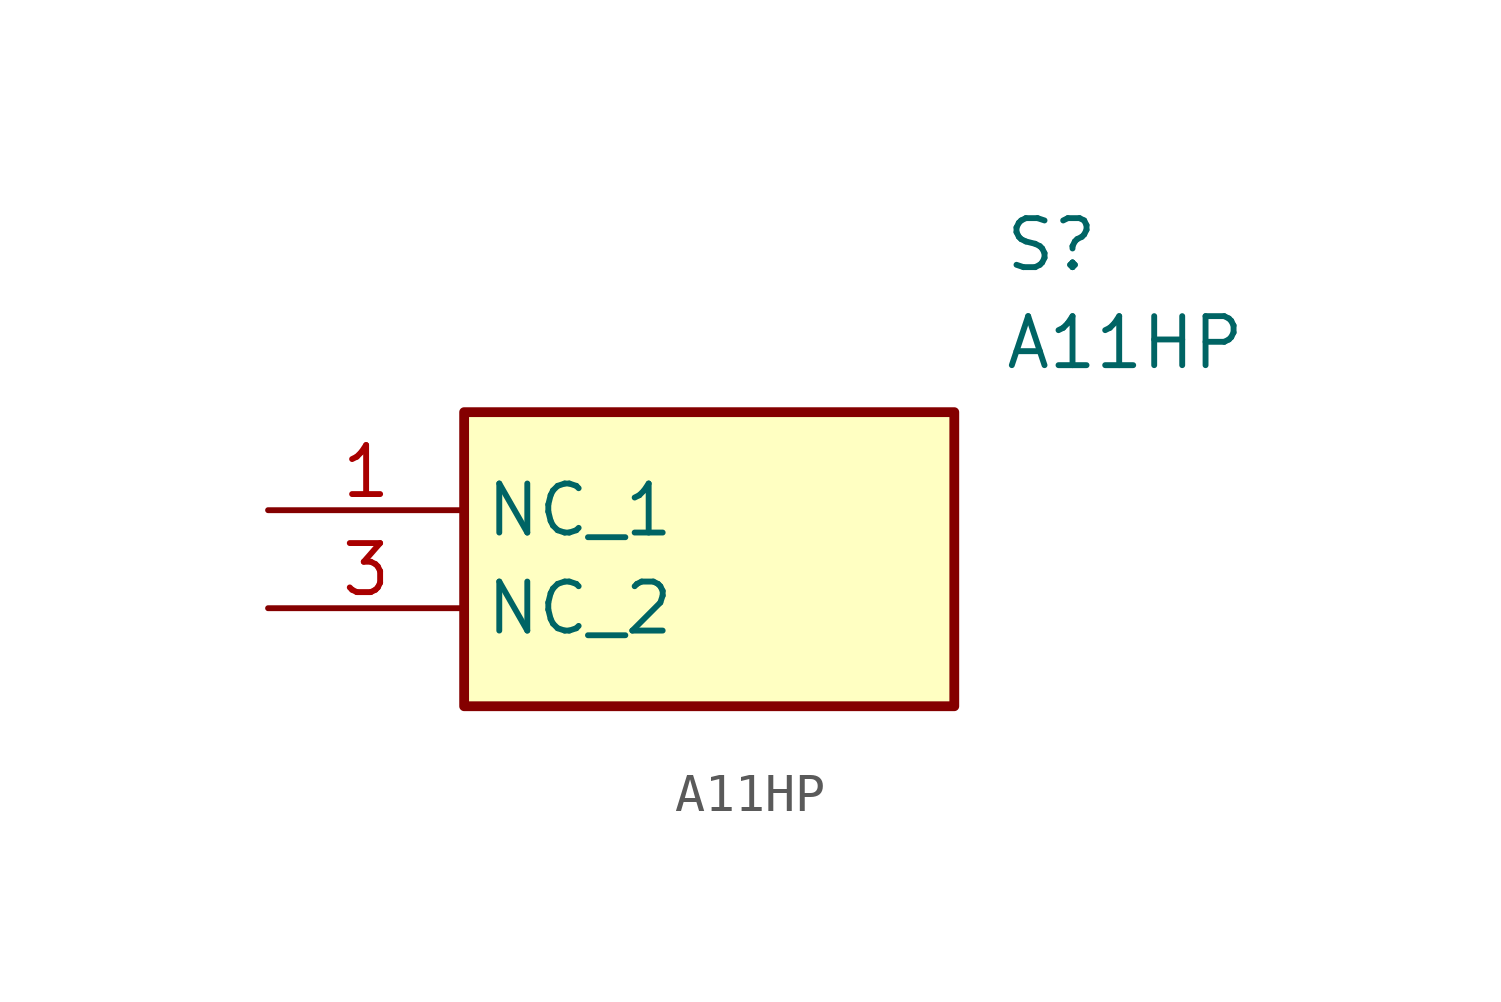
<source format=kicad_sym>
(kicad_symbol_lib
  (version 20211014)
  (generator SamacSys_ECAD_Model)
  (symbol "A11HP"
    (property "Reference" "S"
      (at 19.05 7.62 0)
      (effects (font (size 1.27 1.27)) (justify left top)))
    (property "Value" "A11HP"
      (at 19.05 5.08 0)
      (effects (font (size 1.27 1.27)) (justify left top)))
    (rectangle
      (start 5.08 2.54)
      (end 17.78 -5.08)
      (stroke (width 0.254) (type default))
      (fill (type background)))
    (pin passive line
      (at 0 0 0)
      (length 5.08)
      (name "NC_1" (effects (font (size 1.27 1.27))))
      (number "1" (effects (font (size 1.27 1.27)))))
    (pin passive line
      (at 0 -2.54 0)
      (length 5.08)
      (name "NC_2" (effects (font (size 1.27 1.27))))
      (number "3" (effects (font (size 1.27 1.27)))))))
</source>
